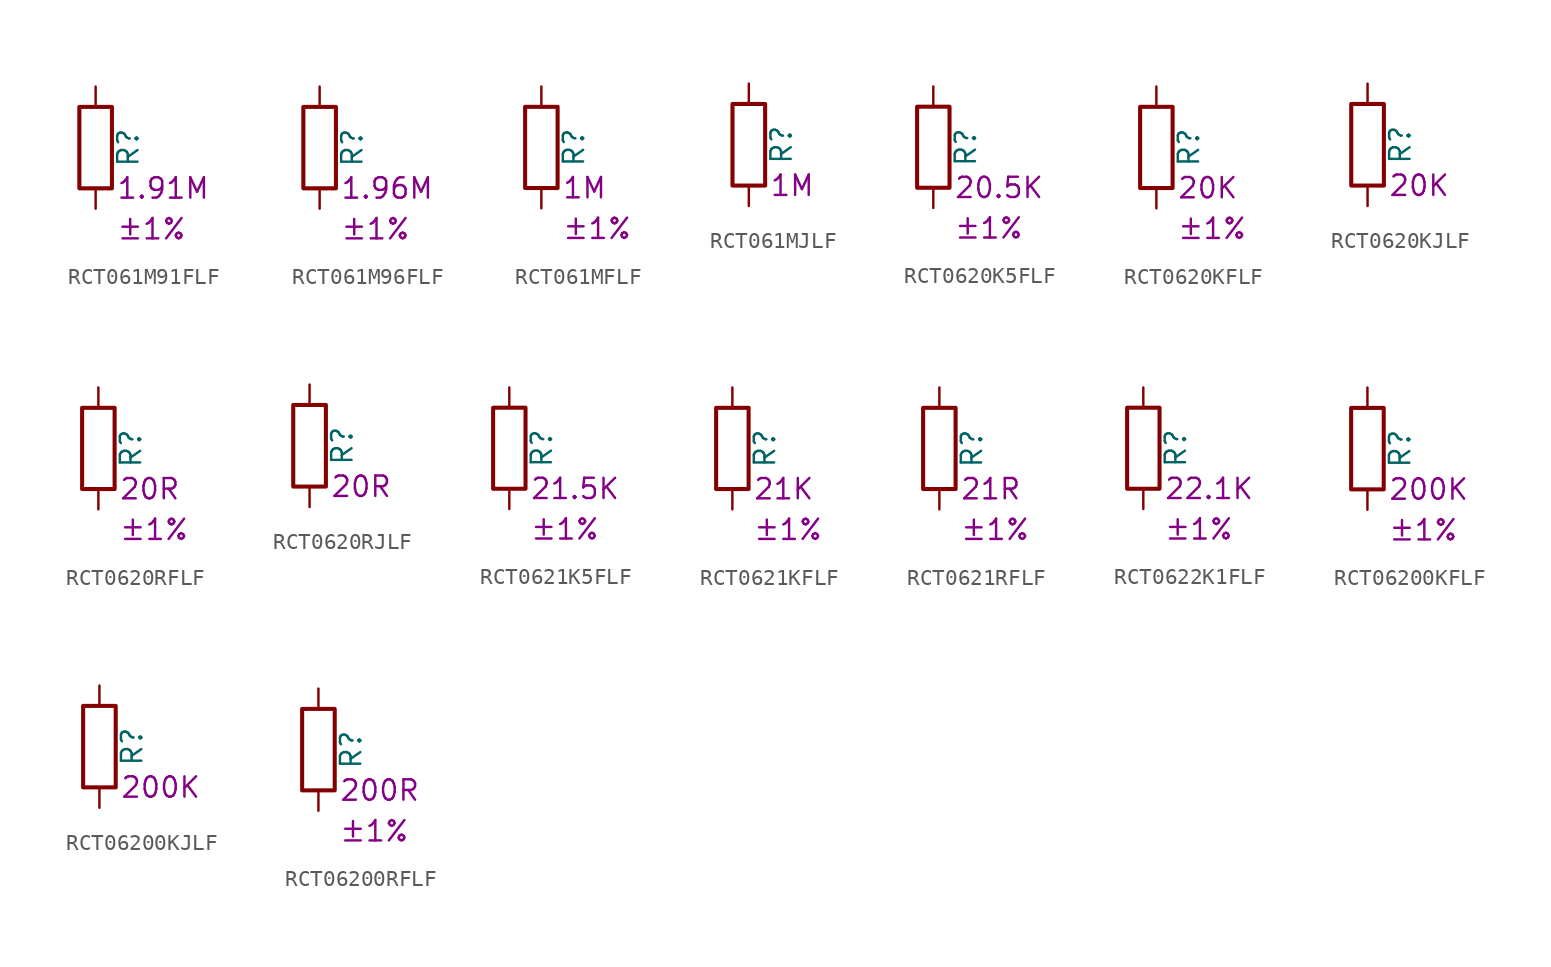
<source format=kicad_sym>
(kicad_symbol_lib
  (version 20220914)
  (generator kicad_symbol_editor)
  (symbol "RCT061M91FLF"
    (pin_numbers hide)
    (pin_names
      (offset 0))
    (property "Reference" "R"
      (at 2.032 0 90)
      (effects (font (size 1.27 1.27))))
    (property "Resistance" "1.91M"
      (at 1.27 -2.54 0)
      (effects (font (size 1.27 1.27)) (justify left)))
    (property "Tolerance" "±1%"
      (at 1.27 -5.08 0)
      (effects (font (size 1.27 1.27)) (justify left)))
    (symbol "RCT061M91FLF_0_1"
      (rectangle (start -1.016 -2.54) (end 1.016 2.54) (stroke (width 0.254) (type default)) (fill (type none))))
    (symbol "RCT061M91FLF_1_1"
      (pin passive line (at 0 3.81 270) (length 1.27) (name "~" (effects (font (size 1.27 1.27)))) (number "1" (effects (font (size 1.27 1.27)))))
      (pin passive line (at 0 -3.81 90) (length 1.27) (name "~" (effects (font (size 1.27 1.27)))) (number "2" (effects (font (size 1.27 1.27)))))))
  (symbol "RCT061M96FLF"
    (pin_numbers hide)
    (pin_names
      (offset 0))
    (property "Reference" "R"
      (at 2.032 0 90)
      (effects (font (size 1.27 1.27))))
    (property "Resistance" "1.96M"
      (at 1.27 -2.54 0)
      (effects (font (size 1.27 1.27)) (justify left)))
    (property "Tolerance" "±1%"
      (at 1.27 -5.08 0)
      (effects (font (size 1.27 1.27)) (justify left)))
    (symbol "RCT061M96FLF_0_1"
      (rectangle (start -1.016 -2.54) (end 1.016 2.54) (stroke (width 0.254) (type default)) (fill (type none))))
    (symbol "RCT061M96FLF_1_1"
      (pin passive line (at 0 3.81 270) (length 1.27) (name "~" (effects (font (size 1.27 1.27)))) (number "1" (effects (font (size 1.27 1.27)))))
      (pin passive line (at 0 -3.81 90) (length 1.27) (name "~" (effects (font (size 1.27 1.27)))) (number "2" (effects (font (size 1.27 1.27)))))))
  (symbol "RCT061MFLF"
    (pin_numbers hide)
    (pin_names
      (offset 0))
    (property "Reference" "R"
      (at 2.032 0 90)
      (effects (font (size 1.27 1.27))))
    (property "Resistance" "1M"
      (at 1.27 -2.54 0)
      (effects (font (size 1.27 1.27)) (justify left)))
    (property "Tolerance" "±1%"
      (at 1.27 -5.08 0)
      (effects (font (size 1.27 1.27)) (justify left)))
    (symbol "RCT061MFLF_0_1"
      (rectangle (start -1.016 -2.54) (end 1.016 2.54) (stroke (width 0.254) (type default)) (fill (type none))))
    (symbol "RCT061MFLF_1_1"
      (pin passive line (at 0 3.81 270) (length 1.27) (name "~" (effects (font (size 1.27 1.27)))) (number "1" (effects (font (size 1.27 1.27)))))
      (pin passive line (at 0 -3.81 90) (length 1.27) (name "~" (effects (font (size 1.27 1.27)))) (number "2" (effects (font (size 1.27 1.27)))))))
  (symbol "RCT061MJLF"
    (pin_numbers hide)
    (pin_names
      (offset 0))
    (property "Reference" "R"
      (at 2.032 0 90)
      (effects (font (size 1.27 1.27))))
    (property "Resistance" "1M"
      (at 1.27 -2.54 0)
      (effects (font (size 1.27 1.27)) (justify left)))
    (symbol "RCT061MJLF_0_1"
      (rectangle (start -1.016 -2.54) (end 1.016 2.54) (stroke (width 0.254) (type default)) (fill (type none))))
    (symbol "RCT061MJLF_1_1"
      (pin passive line (at 0 3.81 270) (length 1.27) (name "~" (effects (font (size 1.27 1.27)))) (number "1" (effects (font (size 1.27 1.27)))))
      (pin passive line (at 0 -3.81 90) (length 1.27) (name "~" (effects (font (size 1.27 1.27)))) (number "2" (effects (font (size 1.27 1.27)))))))
  (symbol "RCT0620K5FLF"
    (pin_numbers hide)
    (pin_names
      (offset 0))
    (property "Reference" "R"
      (at 2.032 0 90)
      (effects (font (size 1.27 1.27))))
    (property "Resistance" "20.5K"
      (at 1.27 -2.54 0)
      (effects (font (size 1.27 1.27)) (justify left)))
    (property "Tolerance" "±1%"
      (at 1.27 -5.08 0)
      (effects (font (size 1.27 1.27)) (justify left)))
    (symbol "RCT0620K5FLF_0_1"
      (rectangle (start -1.016 -2.54) (end 1.016 2.54) (stroke (width 0.254) (type default)) (fill (type none))))
    (symbol "RCT0620K5FLF_1_1"
      (pin passive line (at 0 3.81 270) (length 1.27) (name "~" (effects (font (size 1.27 1.27)))) (number "1" (effects (font (size 1.27 1.27)))))
      (pin passive line (at 0 -3.81 90) (length 1.27) (name "~" (effects (font (size 1.27 1.27)))) (number "2" (effects (font (size 1.27 1.27)))))))
  (symbol "RCT0620KFLF"
    (pin_numbers hide)
    (pin_names
      (offset 0))
    (property "Reference" "R"
      (at 2.032 0 90)
      (effects (font (size 1.27 1.27))))
    (property "Resistance" "20K"
      (at 1.27 -2.54 0)
      (effects (font (size 1.27 1.27)) (justify left)))
    (property "Tolerance" "±1%"
      (at 1.27 -5.08 0)
      (effects (font (size 1.27 1.27)) (justify left)))
    (symbol "RCT0620KFLF_0_1"
      (rectangle (start -1.016 -2.54) (end 1.016 2.54) (stroke (width 0.254) (type default)) (fill (type none))))
    (symbol "RCT0620KFLF_1_1"
      (pin passive line (at 0 3.81 270) (length 1.27) (name "~" (effects (font (size 1.27 1.27)))) (number "1" (effects (font (size 1.27 1.27)))))
      (pin passive line (at 0 -3.81 90) (length 1.27) (name "~" (effects (font (size 1.27 1.27)))) (number "2" (effects (font (size 1.27 1.27)))))))
  (symbol "RCT0620KJLF"
    (pin_numbers hide)
    (pin_names
      (offset 0))
    (property "Reference" "R"
      (at 2.032 0 90)
      (effects (font (size 1.27 1.27))))
    (property "Resistance" "20K"
      (at 1.27 -2.54 0)
      (effects (font (size 1.27 1.27)) (justify left)))
    (symbol "RCT0620KJLF_0_1"
      (rectangle (start -1.016 -2.54) (end 1.016 2.54) (stroke (width 0.254) (type default)) (fill (type none))))
    (symbol "RCT0620KJLF_1_1"
      (pin passive line (at 0 3.81 270) (length 1.27) (name "~" (effects (font (size 1.27 1.27)))) (number "1" (effects (font (size 1.27 1.27)))))
      (pin passive line (at 0 -3.81 90) (length 1.27) (name "~" (effects (font (size 1.27 1.27)))) (number "2" (effects (font (size 1.27 1.27)))))))
  (symbol "RCT0620RFLF"
    (pin_numbers hide)
    (pin_names
      (offset 0))
    (property "Reference" "R"
      (at 2.032 0 90)
      (effects (font (size 1.27 1.27))))
    (property "Resistance" "20R"
      (at 1.27 -2.54 0)
      (effects (font (size 1.27 1.27)) (justify left)))
    (property "Tolerance" "±1%"
      (at 1.27 -5.08 0)
      (effects (font (size 1.27 1.27)) (justify left)))
    (symbol "RCT0620RFLF_0_1"
      (rectangle (start -1.016 -2.54) (end 1.016 2.54) (stroke (width 0.254) (type default)) (fill (type none))))
    (symbol "RCT0620RFLF_1_1"
      (pin passive line (at 0 3.81 270) (length 1.27) (name "~" (effects (font (size 1.27 1.27)))) (number "1" (effects (font (size 1.27 1.27)))))
      (pin passive line (at 0 -3.81 90) (length 1.27) (name "~" (effects (font (size 1.27 1.27)))) (number "2" (effects (font (size 1.27 1.27)))))))
  (symbol "RCT0620RJLF"
    (pin_numbers hide)
    (pin_names
      (offset 0))
    (property "Reference" "R"
      (at 2.032 0 90)
      (effects (font (size 1.27 1.27))))
    (property "Resistance" "20R"
      (at 1.27 -2.54 0)
      (effects (font (size 1.27 1.27)) (justify left)))
    (symbol "RCT0620RJLF_0_1"
      (rectangle (start -1.016 -2.54) (end 1.016 2.54) (stroke (width 0.254) (type default)) (fill (type none))))
    (symbol "RCT0620RJLF_1_1"
      (pin passive line (at 0 3.81 270) (length 1.27) (name "~" (effects (font (size 1.27 1.27)))) (number "1" (effects (font (size 1.27 1.27)))))
      (pin passive line (at 0 -3.81 90) (length 1.27) (name "~" (effects (font (size 1.27 1.27)))) (number "2" (effects (font (size 1.27 1.27)))))))
  (symbol "RCT0621K5FLF"
    (pin_numbers hide)
    (pin_names
      (offset 0))
    (property "Reference" "R"
      (at 2.032 0 90)
      (effects (font (size 1.27 1.27))))
    (property "Resistance" "21.5K"
      (at 1.27 -2.54 0)
      (effects (font (size 1.27 1.27)) (justify left)))
    (property "Tolerance" "±1%"
      (at 1.27 -5.08 0)
      (effects (font (size 1.27 1.27)) (justify left)))
    (symbol "RCT0621K5FLF_0_1"
      (rectangle (start -1.016 -2.54) (end 1.016 2.54) (stroke (width 0.254) (type default)) (fill (type none))))
    (symbol "RCT0621K5FLF_1_1"
      (pin passive line (at 0 3.81 270) (length 1.27) (name "~" (effects (font (size 1.27 1.27)))) (number "1" (effects (font (size 1.27 1.27)))))
      (pin passive line (at 0 -3.81 90) (length 1.27) (name "~" (effects (font (size 1.27 1.27)))) (number "2" (effects (font (size 1.27 1.27)))))))
  (symbol "RCT0621KFLF"
    (pin_numbers hide)
    (pin_names
      (offset 0))
    (property "Reference" "R"
      (at 2.032 0 90)
      (effects (font (size 1.27 1.27))))
    (property "Resistance" "21K"
      (at 1.27 -2.54 0)
      (effects (font (size 1.27 1.27)) (justify left)))
    (property "Tolerance" "±1%"
      (at 1.27 -5.08 0)
      (effects (font (size 1.27 1.27)) (justify left)))
    (symbol "RCT0621KFLF_0_1"
      (rectangle (start -1.016 -2.54) (end 1.016 2.54) (stroke (width 0.254) (type default)) (fill (type none))))
    (symbol "RCT0621KFLF_1_1"
      (pin passive line (at 0 3.81 270) (length 1.27) (name "~" (effects (font (size 1.27 1.27)))) (number "1" (effects (font (size 1.27 1.27)))))
      (pin passive line (at 0 -3.81 90) (length 1.27) (name "~" (effects (font (size 1.27 1.27)))) (number "2" (effects (font (size 1.27 1.27)))))))
  (symbol "RCT0621RFLF"
    (pin_numbers hide)
    (pin_names
      (offset 0))
    (property "Reference" "R"
      (at 2.032 0 90)
      (effects (font (size 1.27 1.27))))
    (property "Resistance" "21R"
      (at 1.27 -2.54 0)
      (effects (font (size 1.27 1.27)) (justify left)))
    (property "Tolerance" "±1%"
      (at 1.27 -5.08 0)
      (effects (font (size 1.27 1.27)) (justify left)))
    (symbol "RCT0621RFLF_0_1"
      (rectangle (start -1.016 -2.54) (end 1.016 2.54) (stroke (width 0.254) (type default)) (fill (type none))))
    (symbol "RCT0621RFLF_1_1"
      (pin passive line (at 0 3.81 270) (length 1.27) (name "~" (effects (font (size 1.27 1.27)))) (number "1" (effects (font (size 1.27 1.27)))))
      (pin passive line (at 0 -3.81 90) (length 1.27) (name "~" (effects (font (size 1.27 1.27)))) (number "2" (effects (font (size 1.27 1.27)))))))
  (symbol "RCT0622K1FLF"
    (pin_numbers hide)
    (pin_names
      (offset 0))
    (property "Reference" "R"
      (at 2.032 0 90)
      (effects (font (size 1.27 1.27))))
    (property "Resistance" "22.1K"
      (at 1.27 -2.54 0)
      (effects (font (size 1.27 1.27)) (justify left)))
    (property "Tolerance" "±1%"
      (at 1.27 -5.08 0)
      (effects (font (size 1.27 1.27)) (justify left)))
    (symbol "RCT0622K1FLF_0_1"
      (rectangle (start -1.016 -2.54) (end 1.016 2.54) (stroke (width 0.254) (type default)) (fill (type none))))
    (symbol "RCT0622K1FLF_1_1"
      (pin passive line (at 0 3.81 270) (length 1.27) (name "~" (effects (font (size 1.27 1.27)))) (number "1" (effects (font (size 1.27 1.27)))))
      (pin passive line (at 0 -3.81 90) (length 1.27) (name "~" (effects (font (size 1.27 1.27)))) (number "2" (effects (font (size 1.27 1.27)))))))
  (symbol "RCT06200KFLF"
    (pin_numbers hide)
    (pin_names
      (offset 0))
    (property "Reference" "R"
      (at 2.032 0 90)
      (effects (font (size 1.27 1.27))))
    (property "Resistance" "200K"
      (at 1.27 -2.54 0)
      (effects (font (size 1.27 1.27)) (justify left)))
    (property "Tolerance" "±1%"
      (at 1.27 -5.08 0)
      (effects (font (size 1.27 1.27)) (justify left)))
    (symbol "RCT06200KFLF_0_1"
      (rectangle (start -1.016 -2.54) (end 1.016 2.54) (stroke (width 0.254) (type default)) (fill (type none))))
    (symbol "RCT06200KFLF_1_1"
      (pin passive line (at 0 3.81 270) (length 1.27) (name "~" (effects (font (size 1.27 1.27)))) (number "1" (effects (font (size 1.27 1.27)))))
      (pin passive line (at 0 -3.81 90) (length 1.27) (name "~" (effects (font (size 1.27 1.27)))) (number "2" (effects (font (size 1.27 1.27)))))))
  (symbol "RCT06200KJLF"
    (pin_numbers hide)
    (pin_names
      (offset 0))
    (property "Reference" "R"
      (at 2.032 0 90)
      (effects (font (size 1.27 1.27))))
    (property "Resistance" "200K"
      (at 1.27 -2.54 0)
      (effects (font (size 1.27 1.27)) (justify left)))
    (symbol "RCT06200KJLF_0_1"
      (rectangle (start -1.016 -2.54) (end 1.016 2.54) (stroke (width 0.254) (type default)) (fill (type none))))
    (symbol "RCT06200KJLF_1_1"
      (pin passive line (at 0 3.81 270) (length 1.27) (name "~" (effects (font (size 1.27 1.27)))) (number "1" (effects (font (size 1.27 1.27)))))
      (pin passive line (at 0 -3.81 90) (length 1.27) (name "~" (effects (font (size 1.27 1.27)))) (number "2" (effects (font (size 1.27 1.27)))))))
  (symbol "RCT06200RFLF"
    (pin_numbers hide)
    (pin_names
      (offset 0))
    (property "Reference" "R"
      (at 2.032 0 90)
      (effects (font (size 1.27 1.27))))
    (property "Resistance" "200R"
      (at 1.27 -2.54 0)
      (effects (font (size 1.27 1.27)) (justify left)))
    (property "Tolerance" "±1%"
      (at 1.27 -5.08 0)
      (effects (font (size 1.27 1.27)) (justify left)))
    (symbol "RCT06200RFLF_0_1"
      (rectangle (start -1.016 -2.54) (end 1.016 2.54) (stroke (width 0.254) (type default)) (fill (type none))))
    (symbol "RCT06200RFLF_1_1"
      (pin passive line (at 0 3.81 270) (length 1.27) (name "~" (effects (font (size 1.27 1.27)))) (number "1" (effects (font (size 1.27 1.27)))))
      (pin passive line (at 0 -3.81 90) (length 1.27) (name "~" (effects (font (size 1.27 1.27)))) (number "2" (effects (font (size 1.27 1.27))))))))
</source>
